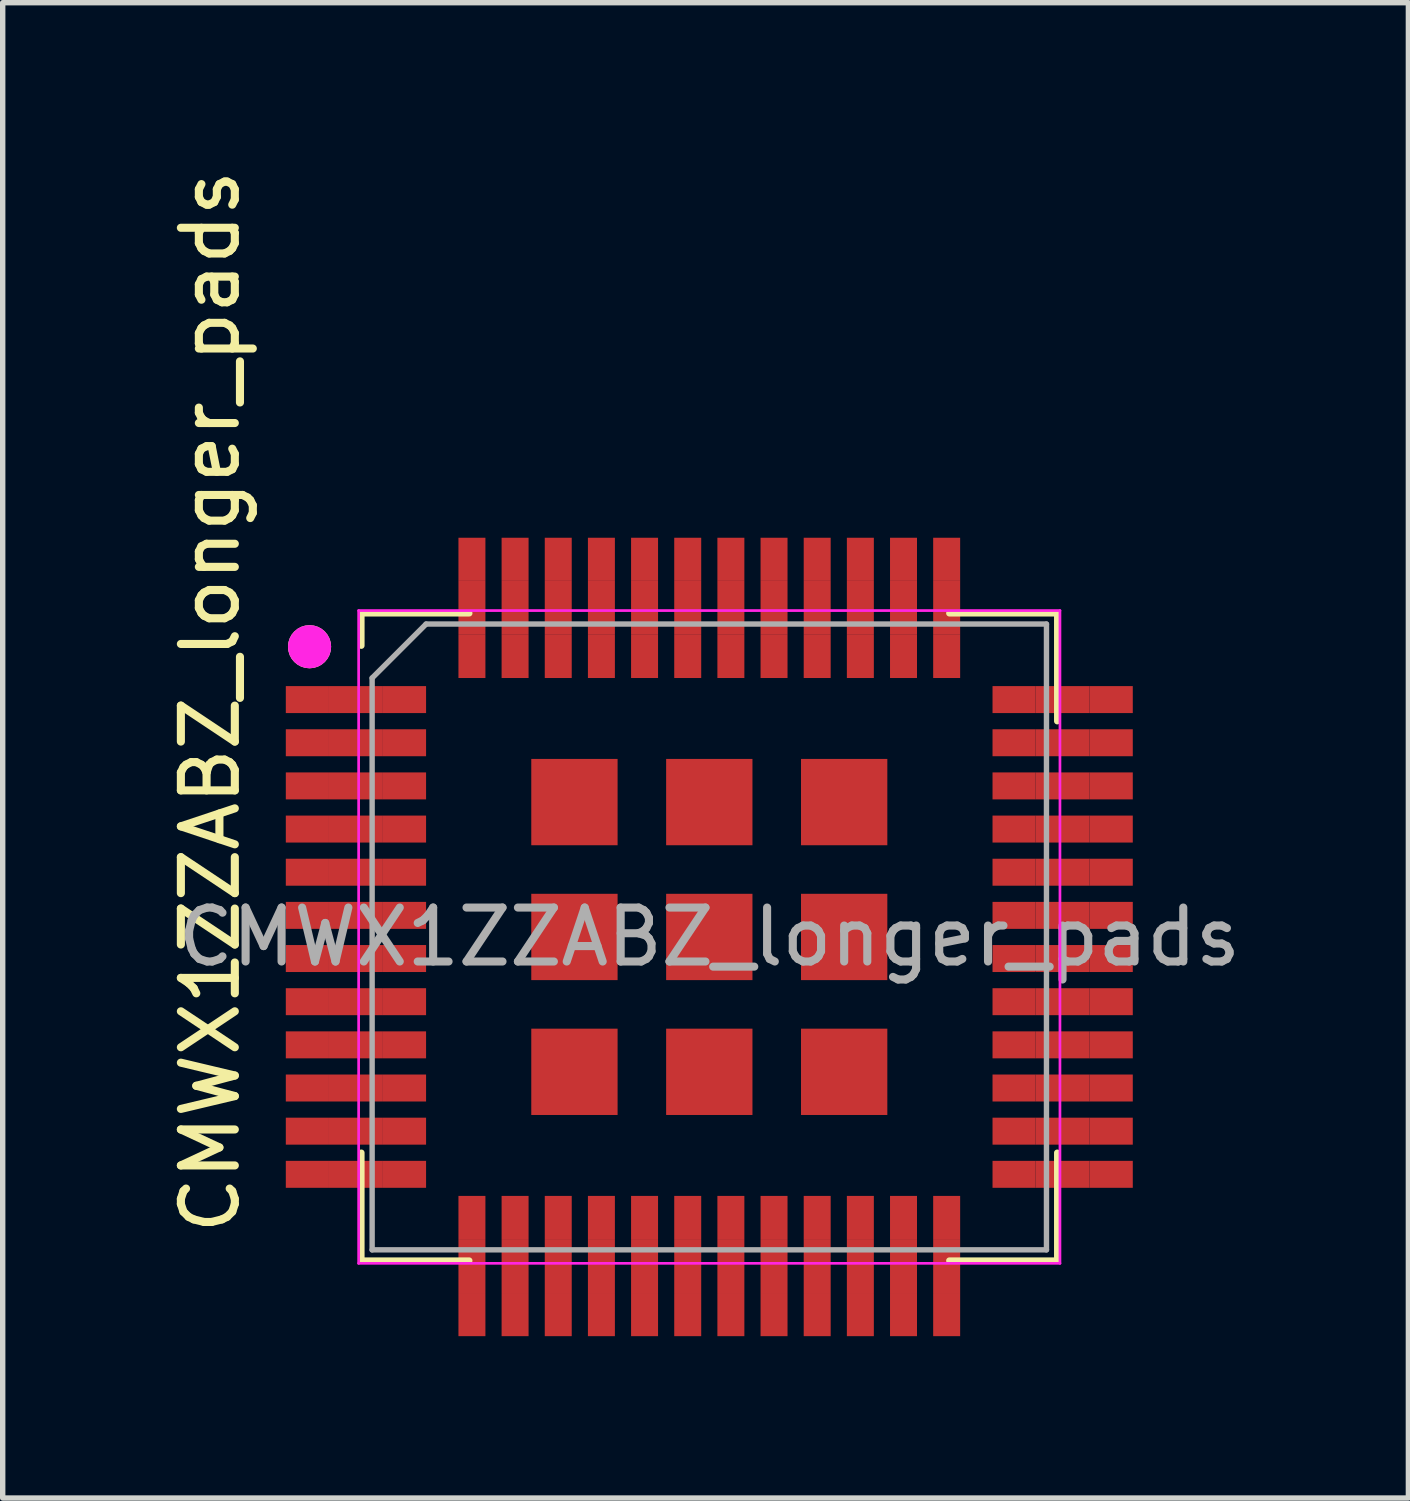
<source format=kicad_pcb>
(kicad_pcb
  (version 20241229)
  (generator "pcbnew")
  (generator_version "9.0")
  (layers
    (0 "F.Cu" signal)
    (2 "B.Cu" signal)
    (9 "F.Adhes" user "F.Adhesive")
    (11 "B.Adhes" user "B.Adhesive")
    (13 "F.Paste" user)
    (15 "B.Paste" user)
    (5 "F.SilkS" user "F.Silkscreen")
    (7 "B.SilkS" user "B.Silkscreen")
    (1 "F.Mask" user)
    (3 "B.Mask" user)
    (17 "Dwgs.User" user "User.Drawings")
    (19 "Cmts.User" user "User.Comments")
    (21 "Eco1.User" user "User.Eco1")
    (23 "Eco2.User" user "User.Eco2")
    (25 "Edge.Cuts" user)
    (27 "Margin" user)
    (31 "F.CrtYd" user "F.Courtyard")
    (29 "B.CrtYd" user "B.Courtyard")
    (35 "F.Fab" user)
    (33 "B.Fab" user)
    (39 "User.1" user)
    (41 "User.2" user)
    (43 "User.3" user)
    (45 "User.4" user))
  (footprint "CMWX1ZZABZ_longer_pads"
    (layer "F.Cu")
    (at 10.098 14.318)
    (property "Reference" "CMWX1ZZABZ_longer_pads" (at -9.25 -4.36 270) (layer "F.SilkS") (effects (font (size 1 1) (thickness 0.15))))
    (attr smd)
    (fp_line (start -6.45 -6) (end -6.45 -5.4) (stroke (width 0.12) (type solid)) (layer "F.SilkS"))
    (fp_line (start -6.45 -6) (end -4.45 -6) (stroke (width 0.12) (type solid)) (layer "F.SilkS"))
    (fp_line (start -6.45 4) (end -6.45 6) (stroke (width 0.12) (type solid)) (layer "F.SilkS"))
    (fp_line (start -6.45 6) (end -4.45 6) (stroke (width 0.12) (type solid)) (layer "F.SilkS"))
    (fp_line (start 4.45 -6) (end 6.45 -6) (stroke (width 0.12) (type solid)) (layer "F.SilkS"))
    (fp_line (start 4.45 6) (end 6.45 6) (stroke (width 0.12) (type solid)) (layer "F.SilkS"))
    (fp_line (start 6.45 -6) (end 6.45 -4) (stroke (width 0.12) (type solid)) (layer "F.SilkS"))
    (fp_line (start 6.45 4) (end 6.45 6) (stroke (width 0.12) (type solid)) (layer "F.SilkS"))
    (fp_circle (center -7.41 -5.38) (end -7.21 -5.38) (stroke (width 0.4) (type solid)) (fill no) (layer "F.SilkS"))
    (fp_line (start -6.5 -6.05) (end 6.5 -6.05) (stroke (width 0.05) (type solid)) (layer "F.CrtYd"))
    (fp_line (start -6.5 6.05) (end -6.5 -6.05) (stroke (width 0.05) (type solid)) (layer "F.CrtYd"))
    (fp_line (start -6.5 6.05) (end 6.5 6.05) (stroke (width 0.05) (type solid)) (layer "F.CrtYd"))
    (fp_line (start 6.5 -6.05) (end 6.5 6.05) (stroke (width 0.05) (type solid)) (layer "F.CrtYd"))
    (fp_circle (center -7.41 -5.38) (end -7.21 -5.38) (stroke (width 0.4) (type solid)) (fill no) (layer "F.CrtYd"))
    (fp_line (start -6.25 -4.8) (end -6.25 5.8) (stroke (width 0.1) (type solid)) (layer "F.Fab"))
    (fp_line (start -6.25 5.8) (end 6.25 5.8) (stroke (width 0.1) (type solid)) (layer "F.Fab"))
    (fp_line (start -5.25 -5.8) (end -6.25 -4.8) (stroke (width 0.1) (type solid)) (layer "F.Fab"))
    (fp_line (start -5.25 -5.8) (end 6.25 -5.8) (stroke (width 0.1) (type solid)) (layer "F.Fab"))
    (fp_line (start 6.25 -5.8) (end 6.25 5.8) (stroke (width 0.1) (type solid)) (layer "F.Fab"))
    (fp_text user "${REFERENCE}" (at 0 0 0) (layer "F.Fab") (effects (font (size 1 1) (thickness 0.15))))
    (pad "1" smd rect (at -7.45 -4.4) (size 0.8 0.5) (layers "F.Cu" "F.Mask" "F.Paste"))
    (pad "1" smd rect (at -6.55 -4.4) (size 1 0.5) (layers "F.Cu"))
    (pad "1" smd rect (at -5.65 -4.4) (size 0.8 0.5) (layers "F.Cu" "F.Mask" "F.Paste"))
    (pad "2" smd rect (at -7.45 -3.6) (size 0.8 0.5) (layers "F.Cu" "F.Mask" "F.Paste"))
    (pad "2" smd rect (at -6.55 -3.6) (size 1 0.5) (layers "F.Cu"))
    (pad "2" smd rect (at -5.65 -3.6) (size 0.8 0.5) (layers "F.Cu" "F.Mask" "F.Paste"))
    (pad "3" smd rect (at -7.45 -2.8) (size 0.8 0.5) (layers "F.Cu" "F.Mask" "F.Paste"))
    (pad "3" smd rect (at -6.55 -2.8) (size 1 0.5) (layers "F.Cu"))
    (pad "3" smd rect (at -5.65 -2.8) (size 0.8 0.5) (layers "F.Cu" "F.Mask" "F.Paste"))
    (pad "4" smd rect (at -7.45 -2) (size 0.8 0.5) (layers "F.Cu" "F.Mask" "F.Paste"))
    (pad "4" smd rect (at -6.55 -2) (size 1 0.5) (layers "F.Cu"))
    (pad "4" smd rect (at -5.65 -2) (size 0.8 0.5) (layers "F.Cu" "F.Mask" "F.Paste"))
    (pad "5" smd rect (at -7.45 -1.2) (size 0.8 0.5) (layers "F.Cu" "F.Mask" "F.Paste"))
    (pad "5" smd rect (at -6.55 -1.2) (size 1 0.5) (layers "F.Cu"))
    (pad "5" smd rect (at -5.65 -1.2) (size 0.8 0.5) (layers "F.Cu" "F.Mask" "F.Paste"))
    (pad "6" smd rect (at -7.45 -0.4) (size 0.8 0.5) (layers "F.Cu" "F.Mask" "F.Paste"))
    (pad "6" smd rect (at -6.55 -0.4) (size 1 0.5) (layers "F.Cu"))
    (pad "6" smd rect (at -5.65 -0.4) (size 0.8 0.5) (layers "F.Cu" "F.Mask" "F.Paste"))
    (pad "7" smd rect (at -7.45 0.4) (size 0.8 0.5) (layers "F.Cu" "F.Mask" "F.Paste"))
    (pad "7" smd rect (at -6.55 0.4) (size 1 0.5) (layers "F.Cu"))
    (pad "7" smd rect (at -5.65 0.4) (size 0.8 0.5) (layers "F.Cu" "F.Mask" "F.Paste"))
    (pad "8" smd rect (at -7.45 1.2) (size 0.8 0.5) (layers "F.Cu" "F.Mask" "F.Paste"))
    (pad "8" smd rect (at -6.55 1.2) (size 1 0.5) (layers "F.Cu"))
    (pad "8" smd rect (at -5.65 1.2) (size 0.8 0.5) (layers "F.Cu" "F.Mask" "F.Paste"))
    (pad "9" smd rect (at -7.45 2) (size 0.8 0.5) (layers "F.Cu" "F.Mask" "F.Paste"))
    (pad "9" smd rect (at -6.55 2) (size 1 0.5) (layers "F.Cu"))
    (pad "9" smd rect (at -5.65 2) (size 0.8 0.5) (layers "F.Cu" "F.Mask" "F.Paste"))
    (pad "10" smd rect (at -7.45 2.8) (size 0.8 0.5) (layers "F.Cu" "F.Mask" "F.Paste"))
    (pad "10" smd rect (at -6.55 2.8) (size 1 0.5) (layers "F.Cu"))
    (pad "10" smd rect (at -5.65 2.8) (size 0.8 0.5) (layers "F.Cu" "F.Mask" "F.Paste"))
    (pad "11" smd rect (at -7.45 3.6) (size 0.8 0.5) (layers "F.Cu" "F.Mask" "F.Paste"))
    (pad "11" smd rect (at -6.55 3.6) (size 1 0.5) (layers "F.Cu"))
    (pad "11" smd rect (at -5.65 3.6) (size 0.8 0.5) (layers "F.Cu" "F.Mask" "F.Paste"))
    (pad "12" smd rect (at -7.45 4.4) (size 0.8 0.5) (layers "F.Cu" "F.Mask" "F.Paste"))
    (pad "12" smd rect (at -6.55 4.4) (size 1 0.5) (layers "F.Cu"))
    (pad "12" smd rect (at -5.65 4.4) (size 0.8 0.5) (layers "F.Cu" "F.Mask" "F.Paste"))
    (pad "13" smd rect (at -4.4 5.2 90) (size 0.8 0.5) (layers "F.Cu" "F.Mask" "F.Paste"))
    (pad "13" smd rect (at -4.4 6.1 90) (size 1 0.5) (layers "F.Cu"))
    (pad "13" smd rect (at -4.4 7 90) (size 0.8 0.5) (layers "F.Cu" "F.Mask" "F.Paste"))
    (pad "14" smd rect (at -3.6 5.2 90) (size 0.8 0.5) (layers "F.Cu" "F.Mask" "F.Paste"))
    (pad "14" smd rect (at -3.6 6.1 90) (size 1 0.5) (layers "F.Cu"))
    (pad "14" smd rect (at -3.6 7 90) (size 0.8 0.5) (layers "F.Cu" "F.Mask" "F.Paste"))
    (pad "15" smd rect (at -2.8 5.2 90) (size 0.8 0.5) (layers "F.Cu" "F.Mask" "F.Paste"))
    (pad "15" smd rect (at -2.8 6.1 90) (size 1 0.5) (layers "F.Cu"))
    (pad "15" smd rect (at -2.8 7 90) (size 0.8 0.5) (layers "F.Cu" "F.Mask" "F.Paste"))
    (pad "16" smd rect (at -2 5.2 90) (size 0.8 0.5) (layers "F.Cu" "F.Mask" "F.Paste"))
    (pad "16" smd rect (at -2 6.1 90) (size 1 0.5) (layers "F.Cu"))
    (pad "16" smd rect (at -2 7 90) (size 0.8 0.5) (layers "F.Cu" "F.Mask" "F.Paste"))
    (pad "17" smd rect (at -1.2 5.2 90) (size 0.8 0.5) (layers "F.Cu" "F.Mask" "F.Paste"))
    (pad "17" smd rect (at -1.2 6.1 90) (size 1 0.5) (layers "F.Cu"))
    (pad "17" smd rect (at -1.2 7 90) (size 0.8 0.5) (layers "F.Cu" "F.Mask" "F.Paste"))
    (pad "18" smd rect (at -0.4 5.2 90) (size 0.8 0.5) (layers "F.Cu" "F.Mask" "F.Paste"))
    (pad "18" smd rect (at -0.4 6.1 90) (size 1 0.5) (layers "F.Cu"))
    (pad "18" smd rect (at -0.4 7 90) (size 0.8 0.5) (layers "F.Cu" "F.Mask" "F.Paste"))
    (pad "19" smd rect (at 0.4 5.2 90) (size 0.8 0.5) (layers "F.Cu" "F.Mask" "F.Paste"))
    (pad "19" smd rect (at 0.4 6.1 90) (size 1 0.5) (layers "F.Cu"))
    (pad "19" smd rect (at 0.4 7 90) (size 0.8 0.5) (layers "F.Cu" "F.Mask" "F.Paste"))
    (pad "20" smd rect (at 1.2 5.2 270) (size 0.8 0.5) (layers "F.Cu" "F.Mask" "F.Paste"))
    (pad "20" smd rect (at 1.2 6.1 90) (size 1 0.5) (layers "F.Cu"))
    (pad "20" smd rect (at 1.2 7 90) (size 0.8 0.5) (layers "F.Cu" "F.Mask" "F.Paste"))
    (pad "21" smd rect (at 2 5.2 270) (size 0.8 0.5) (layers "F.Cu" "F.Mask" "F.Paste"))
    (pad "21" smd rect (at 2 6.1 90) (size 1 0.5) (layers "F.Cu"))
    (pad "21" smd rect (at 2 7 90) (size 0.8 0.5) (layers "F.Cu" "F.Mask" "F.Paste"))
    (pad "22" smd rect (at 2.8 5.2 270) (size 0.8 0.5) (layers "F.Cu" "F.Mask" "F.Paste"))
    (pad "22" smd rect (at 2.8 6.1 90) (size 1 0.5) (layers "F.Cu"))
    (pad "22" smd rect (at 2.8 7 90) (size 0.8 0.5) (layers "F.Cu" "F.Mask" "F.Paste"))
    (pad "23" smd rect (at 3.6 5.2 270) (size 0.8 0.5) (layers "F.Cu" "F.Mask" "F.Paste"))
    (pad "23" smd rect (at 3.6 6.1 90) (size 1 0.5) (layers "F.Cu"))
    (pad "23" smd rect (at 3.6 7 90) (size 0.8 0.5) (layers "F.Cu" "F.Mask" "F.Paste"))
    (pad "24" smd rect (at 4.4 5.2 270) (size 0.8 0.5) (layers "F.Cu" "F.Mask" "F.Paste"))
    (pad "24" smd rect (at 4.4 6.1 90) (size 1 0.5) (layers "F.Cu"))
    (pad "24" smd rect (at 4.4 7 90) (size 0.8 0.5) (layers "F.Cu" "F.Mask" "F.Paste"))
    (pad "25" smd rect (at 5.65 4.4) (size 0.8 0.5) (layers "F.Cu" "F.Mask" "F.Paste"))
    (pad "25" smd rect (at 6.55 4.4 180) (size 1 0.5) (layers "F.Cu"))
    (pad "25" smd rect (at 7.45 4.4 180) (size 0.8 0.5) (layers "F.Cu" "F.Mask" "F.Paste"))
    (pad "26" smd rect (at 5.65 3.6) (size 0.8 0.5) (layers "F.Cu" "F.Mask" "F.Paste"))
    (pad "26" smd rect (at 6.55 3.6 180) (size 1 0.5) (layers "F.Cu"))
    (pad "26" smd rect (at 7.45 3.6 180) (size 0.8 0.5) (layers "F.Cu" "F.Mask" "F.Paste"))
    (pad "27" smd rect (at 5.65 2.8) (size 0.8 0.5) (layers "F.Cu" "F.Mask" "F.Paste"))
    (pad "27" smd rect (at 6.55 2.8 180) (size 1 0.5) (layers "F.Cu"))
    (pad "27" smd rect (at 7.45 2.8 180) (size 0.8 0.5) (layers "F.Cu" "F.Mask" "F.Paste"))
    (pad "28" smd rect (at 5.65 2) (size 0.8 0.5) (layers "F.Cu" "F.Mask" "F.Paste"))
    (pad "28" smd rect (at 6.55 2 180) (size 1 0.5) (layers "F.Cu"))
    (pad "28" smd rect (at 7.45 2 180) (size 0.8 0.5) (layers "F.Cu" "F.Mask" "F.Paste"))
    (pad "29" smd rect (at 5.65 1.2) (size 0.8 0.5) (layers "F.Cu" "F.Mask" "F.Paste"))
    (pad "29" smd rect (at 6.55 1.2 180) (size 1 0.5) (layers "F.Cu"))
    (pad "29" smd rect (at 7.45 1.2 180) (size 0.8 0.5) (layers "F.Cu" "F.Mask" "F.Paste"))
    (pad "30" smd rect (at 5.65 0.4) (size 0.8 0.5) (layers "F.Cu" "F.Mask" "F.Paste"))
    (pad "30" smd rect (at 6.55 0.4 180) (size 1 0.5) (layers "F.Cu"))
    (pad "30" smd rect (at 7.45 0.4 180) (size 0.8 0.5) (layers "F.Cu" "F.Mask" "F.Paste"))
    (pad "31" smd rect (at 5.65 -0.4) (size 0.8 0.5) (layers "F.Cu" "F.Mask" "F.Paste"))
    (pad "31" smd rect (at 6.55 -0.4 180) (size 1 0.5) (layers "F.Cu"))
    (pad "31" smd rect (at 7.45 -0.4 180) (size 0.8 0.5) (layers "F.Cu" "F.Mask" "F.Paste"))
    (pad "32" smd rect (at 5.65 -1.2) (size 0.8 0.5) (layers "F.Cu" "F.Mask" "F.Paste"))
    (pad "32" smd rect (at 6.55 -1.2 180) (size 1 0.5) (layers "F.Cu"))
    (pad "32" smd rect (at 7.45 -1.2 180) (size 0.8 0.5) (layers "F.Cu" "F.Mask" "F.Paste"))
    (pad "33" smd rect (at 5.65 -2) (size 0.8 0.5) (layers "F.Cu" "F.Mask" "F.Paste"))
    (pad "33" smd rect (at 6.55 -2 180) (size 1 0.5) (layers "F.Cu"))
    (pad "33" smd rect (at 7.45 -2 180) (size 0.8 0.5) (layers "F.Cu" "F.Mask" "F.Paste"))
    (pad "34" smd rect (at 5.65 -2.8) (size 0.8 0.5) (layers "F.Cu" "F.Mask" "F.Paste"))
    (pad "34" smd rect (at 6.55 -2.8 180) (size 1 0.5) (layers "F.Cu"))
    (pad "34" smd rect (at 7.45 -2.8 180) (size 0.8 0.5) (layers "F.Cu" "F.Mask" "F.Paste"))
    (pad "35" smd rect (at 5.65 -3.6) (size 0.8 0.5) (layers "F.Cu" "F.Mask" "F.Paste"))
    (pad "35" smd rect (at 6.55 -3.6 180) (size 1 0.5) (layers "F.Cu"))
    (pad "35" smd rect (at 7.45 -3.6 180) (size 0.8 0.5) (layers "F.Cu" "F.Mask" "F.Paste"))
    (pad "36" smd rect (at 5.65 -4.4) (size 0.8 0.5) (layers "F.Cu" "F.Mask" "F.Paste"))
    (pad "36" smd rect (at 6.55 -4.4 180) (size 1 0.5) (layers "F.Cu"))
    (pad "36" smd rect (at 7.45 -4.4 180) (size 0.8 0.5) (layers "F.Cu" "F.Mask" "F.Paste"))
    (pad "37" smd rect (at 4.4 -7 270) (size 0.8 0.5) (layers "F.Cu" "F.Mask" "F.Paste"))
    (pad "37" smd rect (at 4.4 -6.1 270) (size 1 0.5) (layers "F.Cu"))
    (pad "37" smd rect (at 4.4 -5.2 90) (size 0.8 0.5) (layers "F.Cu" "F.Mask" "F.Paste"))
    (pad "38" smd rect (at 3.6 -7 270) (size 0.8 0.5) (layers "F.Cu" "F.Mask" "F.Paste"))
    (pad "38" smd rect (at 3.6 -6.1 270) (size 1 0.5) (layers "F.Cu"))
    (pad "38" smd rect (at 3.6 -5.2 90) (size 0.8 0.5) (layers "F.Cu" "F.Mask" "F.Paste"))
    (pad "39" smd rect (at 2.8 -7 270) (size 0.8 0.5) (layers "F.Cu" "F.Mask" "F.Paste"))
    (pad "39" smd rect (at 2.8 -6.1 270) (size 1 0.5) (layers "F.Cu"))
    (pad "39" smd rect (at 2.8 -5.2 90) (size 0.8 0.5) (layers "F.Cu" "F.Mask" "F.Paste"))
    (pad "40" smd rect (at 2 -7 270) (size 0.8 0.5) (layers "F.Cu" "F.Mask" "F.Paste"))
    (pad "40" smd rect (at 2 -6.1 270) (size 1 0.5) (layers "F.Cu"))
    (pad "40" smd rect (at 2 -5.2 90) (size 0.8 0.5) (layers "F.Cu" "F.Mask" "F.Paste"))
    (pad "41" smd rect (at 1.2 -7 270) (size 0.8 0.5) (layers "F.Cu" "F.Mask" "F.Paste"))
    (pad "41" smd rect (at 1.2 -6.1 270) (size 1 0.5) (layers "F.Cu"))
    (pad "41" smd rect (at 1.2 -5.2 90) (size 0.8 0.5) (layers "F.Cu" "F.Mask" "F.Paste"))
    (pad "42" smd rect (at 0.4 -7 270) (size 0.8 0.5) (layers "F.Cu" "F.Mask" "F.Paste"))
    (pad "42" smd rect (at 0.4 -6.1 270) (size 1 0.5) (layers "F.Cu"))
    (pad "42" smd rect (at 0.4 -5.2 90) (size 0.8 0.5) (layers "F.Cu" "F.Mask" "F.Paste"))
    (pad "43" smd rect (at -0.4 -7 270) (size 0.8 0.5) (layers "F.Cu" "F.Mask" "F.Paste"))
    (pad "43" smd rect (at -0.4 -6.1 270) (size 1 0.5) (layers "F.Cu"))
    (pad "43" smd rect (at -0.4 -5.2 90) (size 0.8 0.5) (layers "F.Cu" "F.Mask" "F.Paste"))
    (pad "44" smd rect (at -1.2 -7 270) (size 0.8 0.5) (layers "F.Cu" "F.Mask" "F.Paste"))
    (pad "44" smd rect (at -1.2 -6.1 270) (size 1 0.5) (layers "F.Cu"))
    (pad "44" smd rect (at -1.2 -5.2 90) (size 0.8 0.5) (layers "F.Cu" "F.Mask" "F.Paste"))
    (pad "45" smd rect (at -2 -7 270) (size 0.8 0.5) (layers "F.Cu" "F.Mask" "F.Paste"))
    (pad "45" smd rect (at -2 -6.1 270) (size 1 0.5) (layers "F.Cu"))
    (pad "45" smd rect (at -2 -5.2 90) (size 0.8 0.5) (layers "F.Cu" "F.Mask" "F.Paste"))
    (pad "46" smd rect (at -2.8 -7 270) (size 0.8 0.5) (layers "F.Cu" "F.Mask" "F.Paste"))
    (pad "46" smd rect (at -2.8 -6.1 270) (size 1 0.5) (layers "F.Cu"))
    (pad "46" smd rect (at -2.8 -5.2 90) (size 0.8 0.5) (layers "F.Cu" "F.Mask" "F.Paste"))
    (pad "47" smd rect (at -3.6 -7 270) (size 0.8 0.5) (layers "F.Cu" "F.Mask" "F.Paste"))
    (pad "47" smd rect (at -3.6 -6.1 270) (size 1 0.5) (layers "F.Cu"))
    (pad "47" smd rect (at -3.6 -5.2 90) (size 0.8 0.5) (layers "F.Cu" "F.Mask" "F.Paste"))
    (pad "48" smd rect (at -4.4 -7 270) (size 0.8 0.5) (layers "F.Cu" "F.Mask" "F.Paste"))
    (pad "48" smd rect (at -4.4 -6.1 270) (size 1 0.5) (layers "F.Cu"))
    (pad "48" smd rect (at -4.4 -5.2 90) (size 0.8 0.5) (layers "F.Cu" "F.Mask" "F.Paste"))
    (pad "49" smd rect (at -2.5 -2.5 90) (size 1.6 1.6) (layers "F.Cu" "F.Mask" "F.Paste"))
    (pad "50" smd rect (at 0 -2.5 90) (size 1.6 1.6) (layers "F.Cu" "F.Mask" "F.Paste"))
    (pad "51" smd rect (at 2.5 -2.5 90) (size 1.6 1.6) (layers "F.Cu" "F.Mask" "F.Paste"))
    (pad "52" smd rect (at -2.5 0 90) (size 1.6 1.6) (layers "F.Cu" "F.Mask" "F.Paste"))
    (pad "53" smd rect (at 0 0 90) (size 1.6 1.6) (layers "F.Cu" "F.Mask" "F.Paste"))
    (pad "54" smd rect (at 2.5 0 90) (size 1.6 1.6) (layers "F.Cu" "F.Mask" "F.Paste"))
    (pad "55" smd rect (at -2.5 2.5 90) (size 1.6 1.6) (layers "F.Cu" "F.Mask" "F.Paste"))
    (pad "56" smd rect (at 0 2.5 90) (size 1.6 1.6) (layers "F.Cu" "F.Mask" "F.Paste"))
    (pad "57" smd rect (at 2.5 2.5 90) (size 1.6 1.6) (layers "F.Cu" "F.Mask" "F.Paste")))
  (gr_rect
    (start -3 -3)
    (end 23.057 24.718)
    (stroke (width 0.1) (type default))
    (fill no)
    (layer "Edge.Cuts")))
</source>
